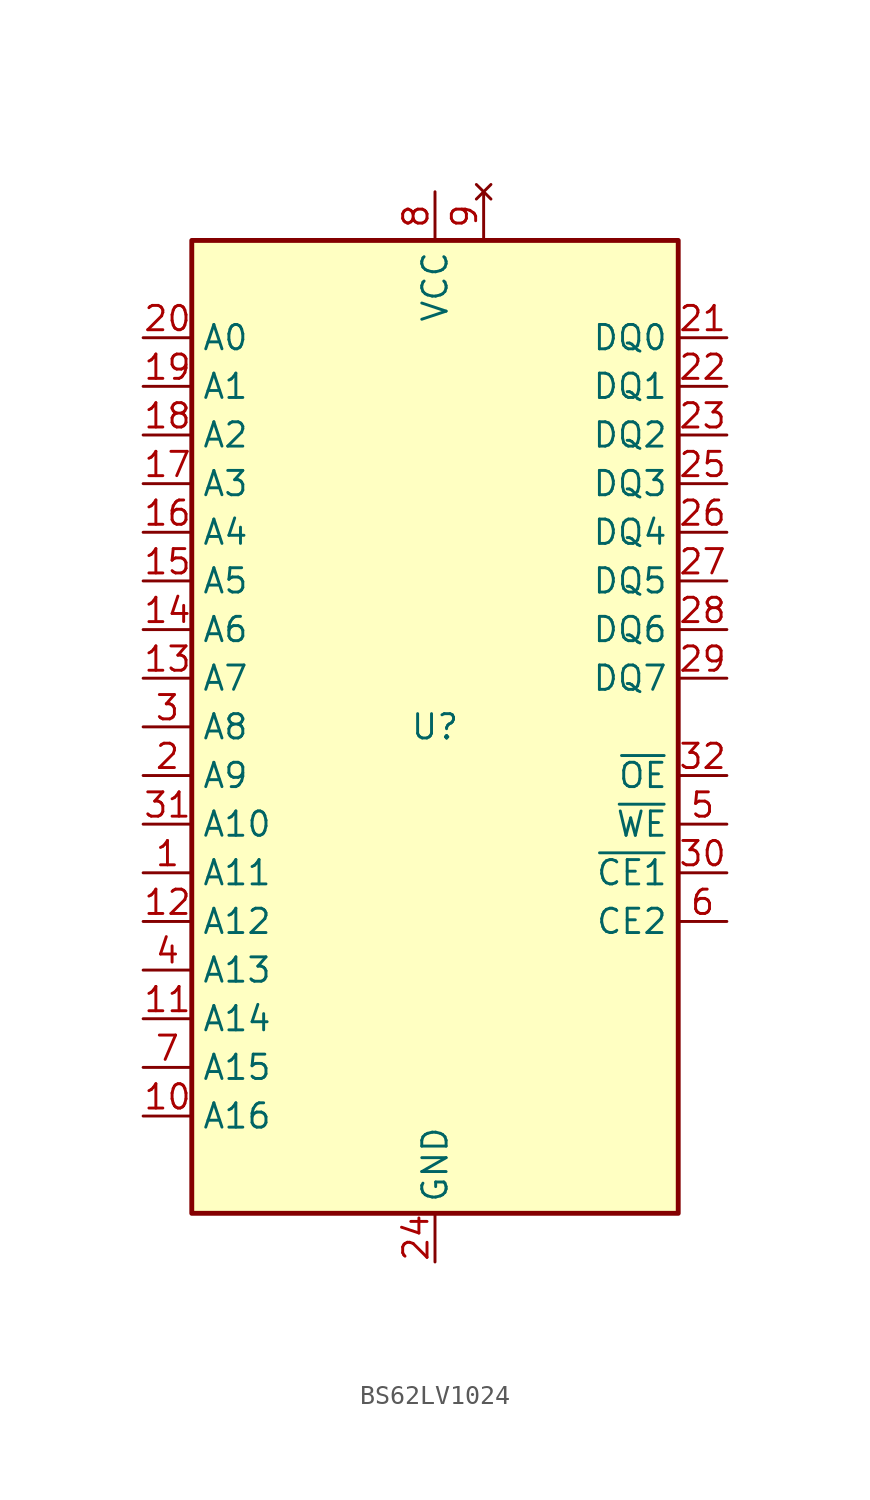
<source format=kicad_sym>
(kicad_symbol_lib
  (version 20241209)
  (generator "kicad_symbol_editor")
  (generator_version "9.0")
  (symbol "BS62LV1024"
    (property "Reference" "U"
      (at 0 0 0)
      (effects (font (size 1.27 1.27))))
    (property "Value" ""
      (at 0 0 0)
      (effects (font (size 1.27 1.27))))
    (symbol "BS62LV1024_1_1"
      (rectangle (start -12.7 25.4) (end 12.7 -25.4) (stroke (width 0.254) (type solid)) (fill (type background)))
      (pin input line (at -15.24 20.32 0) (length 2.54) (name "A0" (effects (font (size 1.27 1.27)))) (number "20" (effects (font (size 1.27 1.27)))))
      (pin input line (at -15.24 17.78 0) (length 2.54) (name "A1" (effects (font (size 1.27 1.27)))) (number "19" (effects (font (size 1.27 1.27)))))
      (pin input line (at -15.24 15.24 0) (length 2.54) (name "A2" (effects (font (size 1.27 1.27)))) (number "18" (effects (font (size 1.27 1.27)))))
      (pin input line (at -15.24 12.7 0) (length 2.54) (name "A3" (effects (font (size 1.27 1.27)))) (number "17" (effects (font (size 1.27 1.27)))))
      (pin input line (at -15.24 10.16 0) (length 2.54) (name "A4" (effects (font (size 1.27 1.27)))) (number "16" (effects (font (size 1.27 1.27)))))
      (pin input line (at -15.24 7.62 0) (length 2.54) (name "A5" (effects (font (size 1.27 1.27)))) (number "15" (effects (font (size 1.27 1.27)))))
      (pin input line (at -15.24 5.08 0) (length 2.54) (name "A6" (effects (font (size 1.27 1.27)))) (number "14" (effects (font (size 1.27 1.27)))))
      (pin input line (at -15.24 2.54 0) (length 2.54) (name "A7" (effects (font (size 1.27 1.27)))) (number "13" (effects (font (size 1.27 1.27)))))
      (pin input line (at -15.24 0 0) (length 2.54) (name "A8" (effects (font (size 1.27 1.27)))) (number "3" (effects (font (size 1.27 1.27)))))
      (pin input line (at -15.24 -2.54 0) (length 2.54) (name "A9" (effects (font (size 1.27 1.27)))) (number "2" (effects (font (size 1.27 1.27)))))
      (pin input line (at -15.24 -5.08 0) (length 2.54) (name "A10" (effects (font (size 1.27 1.27)))) (number "31" (effects (font (size 1.27 1.27)))))
      (pin input line (at -15.24 -7.62 0) (length 2.54) (name "A11" (effects (font (size 1.27 1.27)))) (number "1" (effects (font (size 1.27 1.27)))))
      (pin input line (at -15.24 -10.16 0) (length 2.54) (name "A12" (effects (font (size 1.27 1.27)))) (number "12" (effects (font (size 1.27 1.27)))))
      (pin input line (at -15.24 -12.7 0) (length 2.54) (name "A13" (effects (font (size 1.27 1.27)))) (number "4" (effects (font (size 1.27 1.27)))))
      (pin input line (at -15.24 -15.24 0) (length 2.54) (name "A14" (effects (font (size 1.27 1.27)))) (number "11" (effects (font (size 1.27 1.27)))))
      (pin input line (at -15.24 -17.78 0) (length 2.54) (name "A15" (effects (font (size 1.27 1.27)))) (number "7" (effects (font (size 1.27 1.27)))))
      (pin input line (at -15.24 -20.32 0) (length 2.54) (name "A16" (effects (font (size 1.27 1.27)))) (number "10" (effects (font (size 1.27 1.27)))))
      (pin power_in line (at 0 27.94 270) (length 2.54) (name "VCC" (effects (font (size 1.27 1.27)))) (number "8" (effects (font (size 1.27 1.27)))))
      (pin power_in line (at 0 -27.94 90) (length 2.54) (name "GND" (effects (font (size 1.27 1.27)))) (number "24" (effects (font (size 1.27 1.27)))))
      (pin no_connect line (at 2.54 27.94 270) (length 2.54) (name "" (effects (font (size 1.27 1.27)))) (number "9" (effects (font (size 1.27 1.27)))))
      (pin bidirectional line (at 15.24 20.32 180) (length 2.54) (name "DQ0" (effects (font (size 1.27 1.27)))) (number "21" (effects (font (size 1.27 1.27)))))
      (pin bidirectional line (at 15.24 17.78 180) (length 2.54) (name "DQ1" (effects (font (size 1.27 1.27)))) (number "22" (effects (font (size 1.27 1.27)))))
      (pin bidirectional line (at 15.24 15.24 180) (length 2.54) (name "DQ2" (effects (font (size 1.27 1.27)))) (number "23" (effects (font (size 1.27 1.27)))))
      (pin bidirectional line (at 15.24 12.7 180) (length 2.54) (name "DQ3" (effects (font (size 1.27 1.27)))) (number "25" (effects (font (size 1.27 1.27)))))
      (pin bidirectional line (at 15.24 10.16 180) (length 2.54) (name "DQ4" (effects (font (size 1.27 1.27)))) (number "26" (effects (font (size 1.27 1.27)))))
      (pin bidirectional line (at 15.24 7.62 180) (length 2.54) (name "DQ5" (effects (font (size 1.27 1.27)))) (number "27" (effects (font (size 1.27 1.27)))))
      (pin bidirectional line (at 15.24 5.08 180) (length 2.54) (name "DQ6" (effects (font (size 1.27 1.27)))) (number "28" (effects (font (size 1.27 1.27)))))
      (pin bidirectional line (at 15.24 2.54 180) (length 2.54) (name "DQ7" (effects (font (size 1.27 1.27)))) (number "29" (effects (font (size 1.27 1.27)))))
      (pin input line (at 15.24 -2.54 180) (length 2.54) (name "~{OE}" (effects (font (size 1.27 1.27)))) (number "32" (effects (font (size 1.27 1.27)))))
      (pin input line (at 15.24 -5.08 180) (length 2.54) (name "~{WE}" (effects (font (size 1.27 1.27)))) (number "5" (effects (font (size 1.27 1.27)))))
      (pin input line (at 15.24 -7.62 180) (length 2.54) (name "~{CE1}" (effects (font (size 1.27 1.27)))) (number "30" (effects (font (size 1.27 1.27)))))
      (pin input line (at 15.24 -10.16 180) (length 2.54) (name "CE2" (effects (font (size 1.27 1.27)))) (number "6" (effects (font (size 1.27 1.27))))))))
</source>
